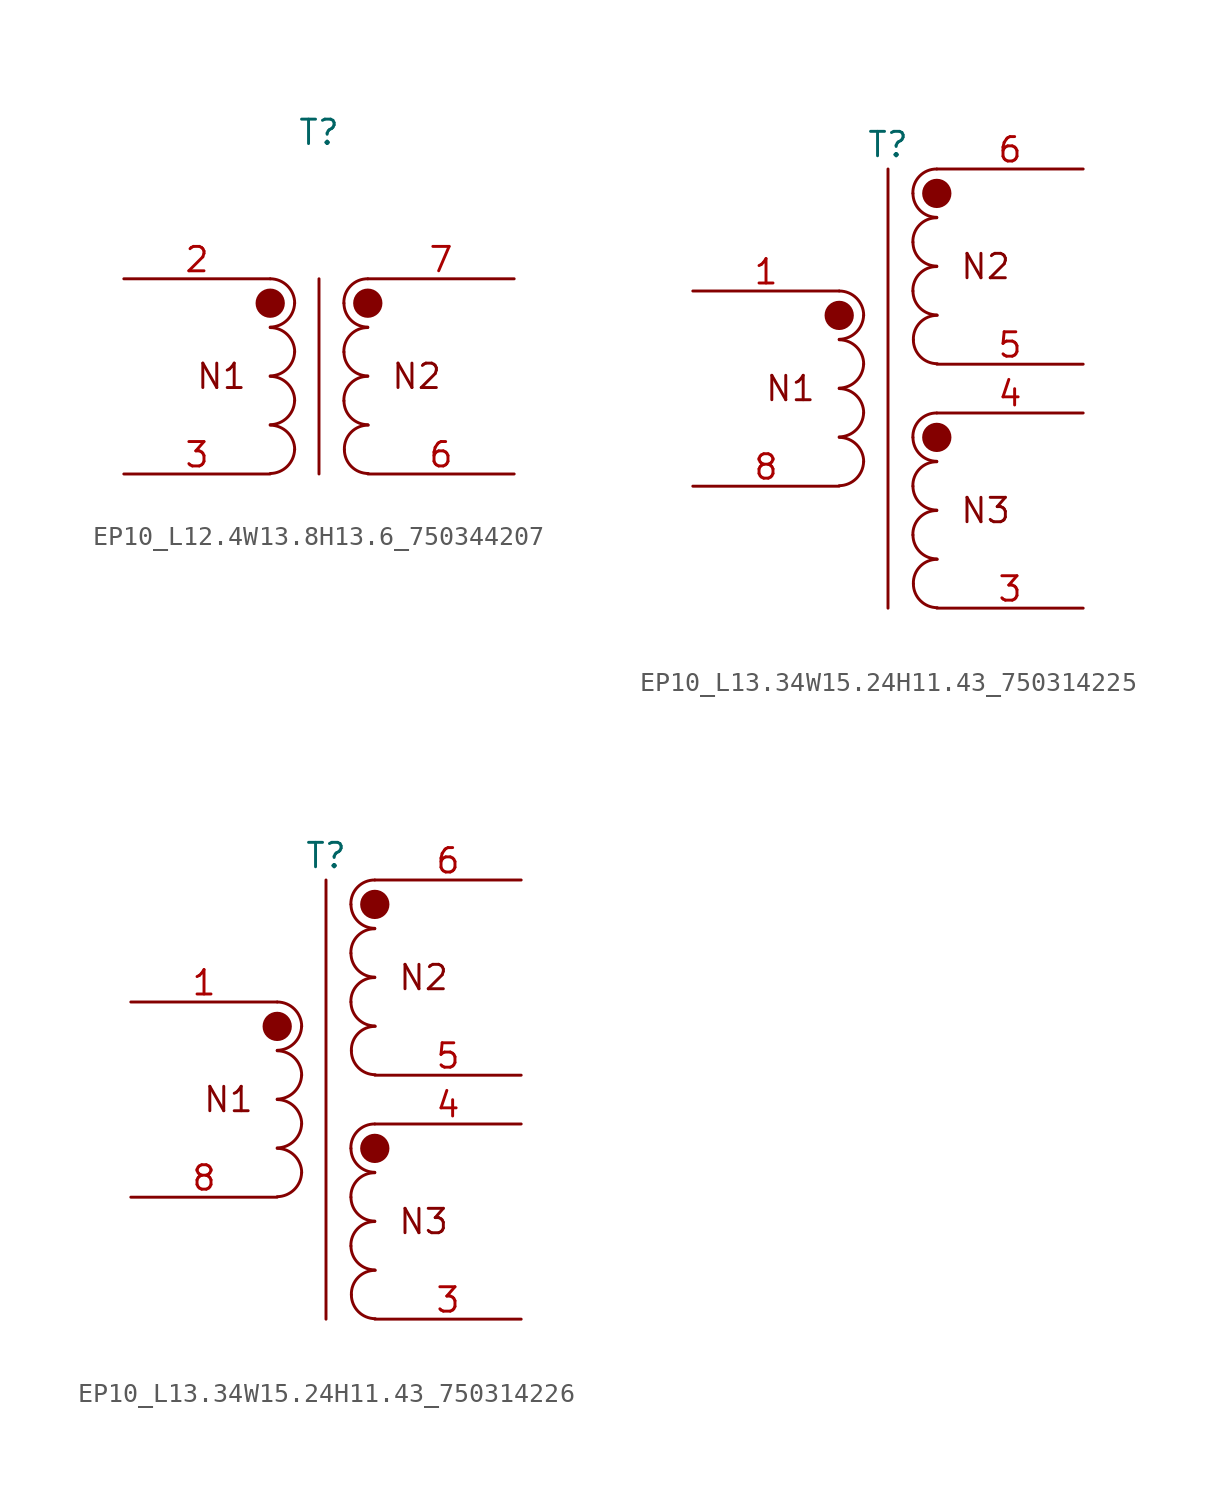
<source format=kicad_sym>
(kicad_symbol_lib
  (version 20220914)
  (generator kicad_symbol_editor)
  (symbol "EP10_L12.4W13.8H13.6_750344207"
    (pin_names hide)
    (property "Reference" "T"
      (at 0 12.7 0)
      (effects (font (size 1.27 1.27))))
    (symbol "EP10_L12.4W13.8H13.6_750344207_0_1"
      (arc (start -2.54 -5.0546) (mid -1.6599 -4.6901) (end -1.27 -3.81) (stroke (width 0) (type default)) (fill (type none)))
      (arc (start -2.54 -2.5146) (mid -1.6599 -2.1501) (end -1.27 -1.27) (stroke (width 0) (type default)) (fill (type none)))
      (arc (start -2.54 0.0254) (mid -1.6599 0.3899) (end -1.27 1.27) (stroke (width 0) (type default)) (fill (type none)))
      (arc (start -2.54 2.5654) (mid -1.6599 2.9299) (end -1.27 3.81) (stroke (width 0) (type default)) (fill (type none)))
      (arc (start -1.27 -3.81) (mid -1.642 -2.912) (end -2.54 -2.54) (stroke (width 0) (type default)) (fill (type none)))
      (arc (start -1.27 -1.27) (mid -1.642 -0.372) (end -2.54 0) (stroke (width 0) (type default)) (fill (type none)))
      (arc (start -1.27 1.27) (mid -1.642 2.168) (end -2.54 2.54) (stroke (width 0) (type default)) (fill (type none)))
      (arc (start -1.27 3.81) (mid -1.642 4.708) (end -2.54 5.08) (stroke (width 0) (type default)) (fill (type none)))
      (polyline (pts (xy 0 5.08) (xy 0 -5.08)) (stroke (width 0) (type default)) (fill (type none)))
      (arc (start 1.2954 -1.27) (mid 1.6599 -2.1501) (end 2.54 -2.5146) (stroke (width 0) (type default)) (fill (type none)))
      (arc (start 1.2954 1.27) (mid 1.6599 0.3899) (end 2.54 0.0254) (stroke (width 0) (type default)) (fill (type none)))
      (arc (start 1.2954 3.81) (mid 1.6599 2.9299) (end 2.54 2.5654) (stroke (width 0) (type default)) (fill (type none)))
      (arc (start 1.3208 -3.81) (mid 1.6853 -4.6901) (end 2.5654 -5.0546) (stroke (width 0) (type default)) (fill (type none)))
      (arc (start 2.54 0) (mid 1.642 -0.372) (end 1.2954 -1.27) (stroke (width 0) (type default)) (fill (type none)))
      (arc (start 2.54 2.54) (mid 1.642 2.168) (end 1.2954 1.27) (stroke (width 0) (type default)) (fill (type none)))
      (arc (start 2.54 5.08) (mid 1.642 4.708) (end 1.2954 3.81) (stroke (width 0) (type default)) (fill (type none)))
      (arc (start 2.5654 -2.54) (mid 1.6674 -2.912) (end 1.3208 -3.81) (stroke (width 0) (type default)) (fill (type none))))
    (symbol "EP10_L12.4W13.8H13.6_750344207_1_1"
      (circle (center -2.54 3.81) (radius 0.0001) (stroke (width 0.762) (type default)) (fill (type none)))
      (circle (center 2.54 3.81) (radius 0.0001) (stroke (width 0.762) (type default)) (fill (type none)))
      (text "N1" (at -5.08 0 0) (effects (font (size 1.27 1.27))))
      (text "N2" (at 5.08 0 0) (effects (font (size 1.27 1.27))))
      (pin passive line (at -10.16 5.08 0) (length 7.62) (name "2" (effects (font (size 1.27 1.27)))) (number "2" (effects (font (size 1.27 1.27)))))
      (pin passive line (at -10.16 -5.08 0) (length 7.62) (name "3" (effects (font (size 1.27 1.27)))) (number "3" (effects (font (size 1.27 1.27)))))
      (pin passive line (at 10.16 -5.08 180) (length 7.62) (name "6" (effects (font (size 1.27 1.27)))) (number "6" (effects (font (size 1.27 1.27)))))
      (pin passive line (at 10.16 5.08 180) (length 7.62) (name "7" (effects (font (size 1.27 1.27)))) (number "7" (effects (font (size 1.27 1.27)))))))
  (symbol "EP10_L13.34W15.24H11.43_750314225"
    (pin_names hide)
    (property "Reference" "T"
      (at 0 12.7 0)
      (effects (font (size 1.27 1.27))))
    (symbol "EP10_L13.34W15.24H11.43_750314225_0_1"
      (arc (start -2.54 -5.0546) (mid -1.6599 -4.6901) (end -1.27 -3.81) (stroke (width 0) (type default)) (fill (type none)))
      (arc (start -2.54 -2.5146) (mid -1.6599 -2.1501) (end -1.27 -1.27) (stroke (width 0) (type default)) (fill (type none)))
      (arc (start -2.54 0.0254) (mid -1.6599 0.3899) (end -1.27 1.27) (stroke (width 0) (type default)) (fill (type none)))
      (arc (start -2.54 2.5654) (mid -1.6599 2.9299) (end -1.27 3.81) (stroke (width 0) (type default)) (fill (type none)))
      (arc (start -1.27 -3.81) (mid -1.642 -2.912) (end -2.54 -2.54) (stroke (width 0) (type default)) (fill (type none)))
      (arc (start -1.27 -1.27) (mid -1.642 -0.372) (end -2.54 0) (stroke (width 0) (type default)) (fill (type none)))
      (arc (start -1.27 1.27) (mid -1.642 2.168) (end -2.54 2.54) (stroke (width 0) (type default)) (fill (type none)))
      (arc (start -1.27 3.81) (mid -1.642 4.708) (end -2.54 5.08) (stroke (width 0) (type default)) (fill (type none)))
      (polyline (pts (xy 0 11.43) (xy 0 -11.43)) (stroke (width 0) (type default)) (fill (type none)))
      (arc (start 1.2954 -7.62) (mid 1.6599 -8.5001) (end 2.54 -8.8646) (stroke (width 0) (type default)) (fill (type none)))
      (arc (start 1.2954 -5.08) (mid 1.6599 -5.9601) (end 2.54 -6.3246) (stroke (width 0) (type default)) (fill (type none)))
      (arc (start 1.2954 -2.54) (mid 1.6599 -3.4201) (end 2.54 -3.7846) (stroke (width 0) (type default)) (fill (type none)))
      (arc (start 1.2954 5.08) (mid 1.6599 4.1999) (end 2.54 3.8354) (stroke (width 0) (type default)) (fill (type none)))
      (arc (start 1.2954 7.62) (mid 1.6599 6.7399) (end 2.54 6.3754) (stroke (width 0) (type default)) (fill (type none)))
      (arc (start 1.2954 10.16) (mid 1.6599 9.2799) (end 2.54 8.9154) (stroke (width 0) (type default)) (fill (type none)))
      (arc (start 1.3208 -10.16) (mid 1.6855 -11.0399) (end 2.5654 -11.4046) (stroke (width 0) (type default)) (fill (type none)))
      (arc (start 1.3208 2.54) (mid 1.6854 1.6601) (end 2.5654 1.2954) (stroke (width 0) (type default)) (fill (type none)))
      (arc (start 2.54 -6.35) (mid 1.6458 -6.7185) (end 1.2954 -7.62) (stroke (width 0) (type default)) (fill (type none)))
      (arc (start 2.54 -3.81) (mid 1.6458 -4.1785) (end 1.2954 -5.08) (stroke (width 0) (type default)) (fill (type none)))
      (arc (start 2.54 -1.27) (mid 1.6458 -1.6385) (end 1.2954 -2.54) (stroke (width 0) (type default)) (fill (type none)))
      (arc (start 2.54 6.35) (mid 1.6458 5.9815) (end 1.2954 5.08) (stroke (width 0) (type default)) (fill (type none)))
      (arc (start 2.54 8.89) (mid 1.6458 8.5215) (end 1.2954 7.62) (stroke (width 0) (type default)) (fill (type none)))
      (arc (start 2.54 11.43) (mid 1.6458 11.0615) (end 1.2954 10.16) (stroke (width 0) (type default)) (fill (type none)))
      (arc (start 2.5654 -8.89) (mid 1.6709 -9.2583) (end 1.3208 -10.16) (stroke (width 0) (type default)) (fill (type none)))
      (arc (start 2.5654 3.81) (mid 1.6709 3.4417) (end 1.3208 2.54) (stroke (width 0) (type default)) (fill (type none))))
    (symbol "EP10_L13.34W15.24H11.43_750314225_1_1"
      (circle (center -2.54 3.81) (radius 0.0001) (stroke (width 0.762) (type default)) (fill (type none)))
      (circle (center 2.54 -2.54) (radius 0.0001) (stroke (width 0.762) (type default)) (fill (type none)))
      (circle (center 2.54 10.16) (radius 0.0001) (stroke (width 0.762) (type default)) (fill (type none)))
      (text "N1" (at -5.08 0 0) (effects (font (size 1.27 1.27))))
      (text "N2" (at 5.08 6.35 0) (effects (font (size 1.27 1.27))))
      (text "N3" (at 5.08 -6.35 0) (effects (font (size 1.27 1.27))))
      (pin passive line (at -10.16 5.08 0) (length 7.62) (name "1" (effects (font (size 1.27 1.27)))) (number "1" (effects (font (size 1.27 1.27)))))
      (pin passive line (at 10.16 -11.43 180) (length 7.62) (name "3" (effects (font (size 1.27 1.27)))) (number "3" (effects (font (size 1.27 1.27)))))
      (pin passive line (at 10.16 -1.27 180) (length 7.62) (name "4" (effects (font (size 1.27 1.27)))) (number "4" (effects (font (size 1.27 1.27)))))
      (pin passive line (at 10.16 1.27 180) (length 7.62) (name "5" (effects (font (size 1.27 1.27)))) (number "5" (effects (font (size 1.27 1.27)))))
      (pin passive line (at 10.16 11.43 180) (length 7.62) (name "6" (effects (font (size 1.27 1.27)))) (number "6" (effects (font (size 1.27 1.27)))))
      (pin passive line (at -10.16 -5.08 0) (length 7.62) (name "8" (effects (font (size 1.27 1.27)))) (number "8" (effects (font (size 1.27 1.27)))))))
  (symbol "EP10_L13.34W15.24H11.43_750314226"
    (pin_names hide)
    (property "Reference" "T"
      (at 0 12.7 0)
      (effects (font (size 1.27 1.27))))
    (symbol "EP10_L13.34W15.24H11.43_750314226_0_1"
      (arc (start -2.54 -5.0546) (mid -1.6599 -4.6901) (end -1.27 -3.81) (stroke (width 0) (type default)) (fill (type none)))
      (arc (start -2.54 -2.5146) (mid -1.6599 -2.1501) (end -1.27 -1.27) (stroke (width 0) (type default)) (fill (type none)))
      (arc (start -2.54 0.0254) (mid -1.6599 0.3899) (end -1.27 1.27) (stroke (width 0) (type default)) (fill (type none)))
      (arc (start -2.54 2.5654) (mid -1.6599 2.9299) (end -1.27 3.81) (stroke (width 0) (type default)) (fill (type none)))
      (arc (start -1.27 -3.81) (mid -1.642 -2.912) (end -2.54 -2.54) (stroke (width 0) (type default)) (fill (type none)))
      (arc (start -1.27 -1.27) (mid -1.642 -0.372) (end -2.54 0) (stroke (width 0) (type default)) (fill (type none)))
      (arc (start -1.27 1.27) (mid -1.642 2.168) (end -2.54 2.54) (stroke (width 0) (type default)) (fill (type none)))
      (arc (start -1.27 3.81) (mid -1.642 4.708) (end -2.54 5.08) (stroke (width 0) (type default)) (fill (type none)))
      (polyline (pts (xy 0 11.43) (xy 0 -11.43)) (stroke (width 0) (type default)) (fill (type none)))
      (arc (start 1.2954 -7.62) (mid 1.6599 -8.5001) (end 2.54 -8.8646) (stroke (width 0) (type default)) (fill (type none)))
      (arc (start 1.2954 -5.08) (mid 1.6599 -5.9601) (end 2.54 -6.3246) (stroke (width 0) (type default)) (fill (type none)))
      (arc (start 1.2954 -2.54) (mid 1.6599 -3.4201) (end 2.54 -3.7846) (stroke (width 0) (type default)) (fill (type none)))
      (arc (start 1.2954 5.08) (mid 1.6599 4.1999) (end 2.54 3.8354) (stroke (width 0) (type default)) (fill (type none)))
      (arc (start 1.2954 7.62) (mid 1.6599 6.7399) (end 2.54 6.3754) (stroke (width 0) (type default)) (fill (type none)))
      (arc (start 1.2954 10.16) (mid 1.6599 9.2799) (end 2.54 8.9154) (stroke (width 0) (type default)) (fill (type none)))
      (arc (start 1.3208 -10.16) (mid 1.6855 -11.0399) (end 2.5654 -11.4046) (stroke (width 0) (type default)) (fill (type none)))
      (arc (start 1.3208 2.54) (mid 1.6854 1.6601) (end 2.5654 1.2954) (stroke (width 0) (type default)) (fill (type none)))
      (arc (start 2.54 -6.35) (mid 1.6458 -6.7185) (end 1.2954 -7.62) (stroke (width 0) (type default)) (fill (type none)))
      (arc (start 2.54 -3.81) (mid 1.6458 -4.1785) (end 1.2954 -5.08) (stroke (width 0) (type default)) (fill (type none)))
      (arc (start 2.54 -1.27) (mid 1.6458 -1.6385) (end 1.2954 -2.54) (stroke (width 0) (type default)) (fill (type none)))
      (arc (start 2.54 6.35) (mid 1.6458 5.9815) (end 1.2954 5.08) (stroke (width 0) (type default)) (fill (type none)))
      (arc (start 2.54 8.89) (mid 1.6458 8.5215) (end 1.2954 7.62) (stroke (width 0) (type default)) (fill (type none)))
      (arc (start 2.54 11.43) (mid 1.6458 11.0615) (end 1.2954 10.16) (stroke (width 0) (type default)) (fill (type none)))
      (arc (start 2.5654 -8.89) (mid 1.6709 -9.2583) (end 1.3208 -10.16) (stroke (width 0) (type default)) (fill (type none)))
      (arc (start 2.5654 3.81) (mid 1.6709 3.4417) (end 1.3208 2.54) (stroke (width 0) (type default)) (fill (type none))))
    (symbol "EP10_L13.34W15.24H11.43_750314226_1_1"
      (circle (center -2.54 3.81) (radius 0.0001) (stroke (width 0.762) (type default)) (fill (type none)))
      (circle (center 2.54 -2.54) (radius 0.0001) (stroke (width 0.762) (type default)) (fill (type none)))
      (circle (center 2.54 10.16) (radius 0.0001) (stroke (width 0.762) (type default)) (fill (type none)))
      (text "N1" (at -5.08 0 0) (effects (font (size 1.27 1.27))))
      (text "N2" (at 5.08 6.35 0) (effects (font (size 1.27 1.27))))
      (text "N3" (at 5.08 -6.35 0) (effects (font (size 1.27 1.27))))
      (pin passive line (at -10.16 5.08 0) (length 7.62) (name "1" (effects (font (size 1.27 1.27)))) (number "1" (effects (font (size 1.27 1.27)))))
      (pin passive line (at 10.16 -11.43 180) (length 7.62) (name "3" (effects (font (size 1.27 1.27)))) (number "3" (effects (font (size 1.27 1.27)))))
      (pin passive line (at 10.16 -1.27 180) (length 7.62) (name "4" (effects (font (size 1.27 1.27)))) (number "4" (effects (font (size 1.27 1.27)))))
      (pin passive line (at 10.16 1.27 180) (length 7.62) (name "5" (effects (font (size 1.27 1.27)))) (number "5" (effects (font (size 1.27 1.27)))))
      (pin passive line (at 10.16 11.43 180) (length 7.62) (name "6" (effects (font (size 1.27 1.27)))) (number "6" (effects (font (size 1.27 1.27)))))
      (pin passive line (at -10.16 -5.08 0) (length 7.62) (name "8" (effects (font (size 1.27 1.27)))) (number "8" (effects (font (size 1.27 1.27))))))))
</source>
